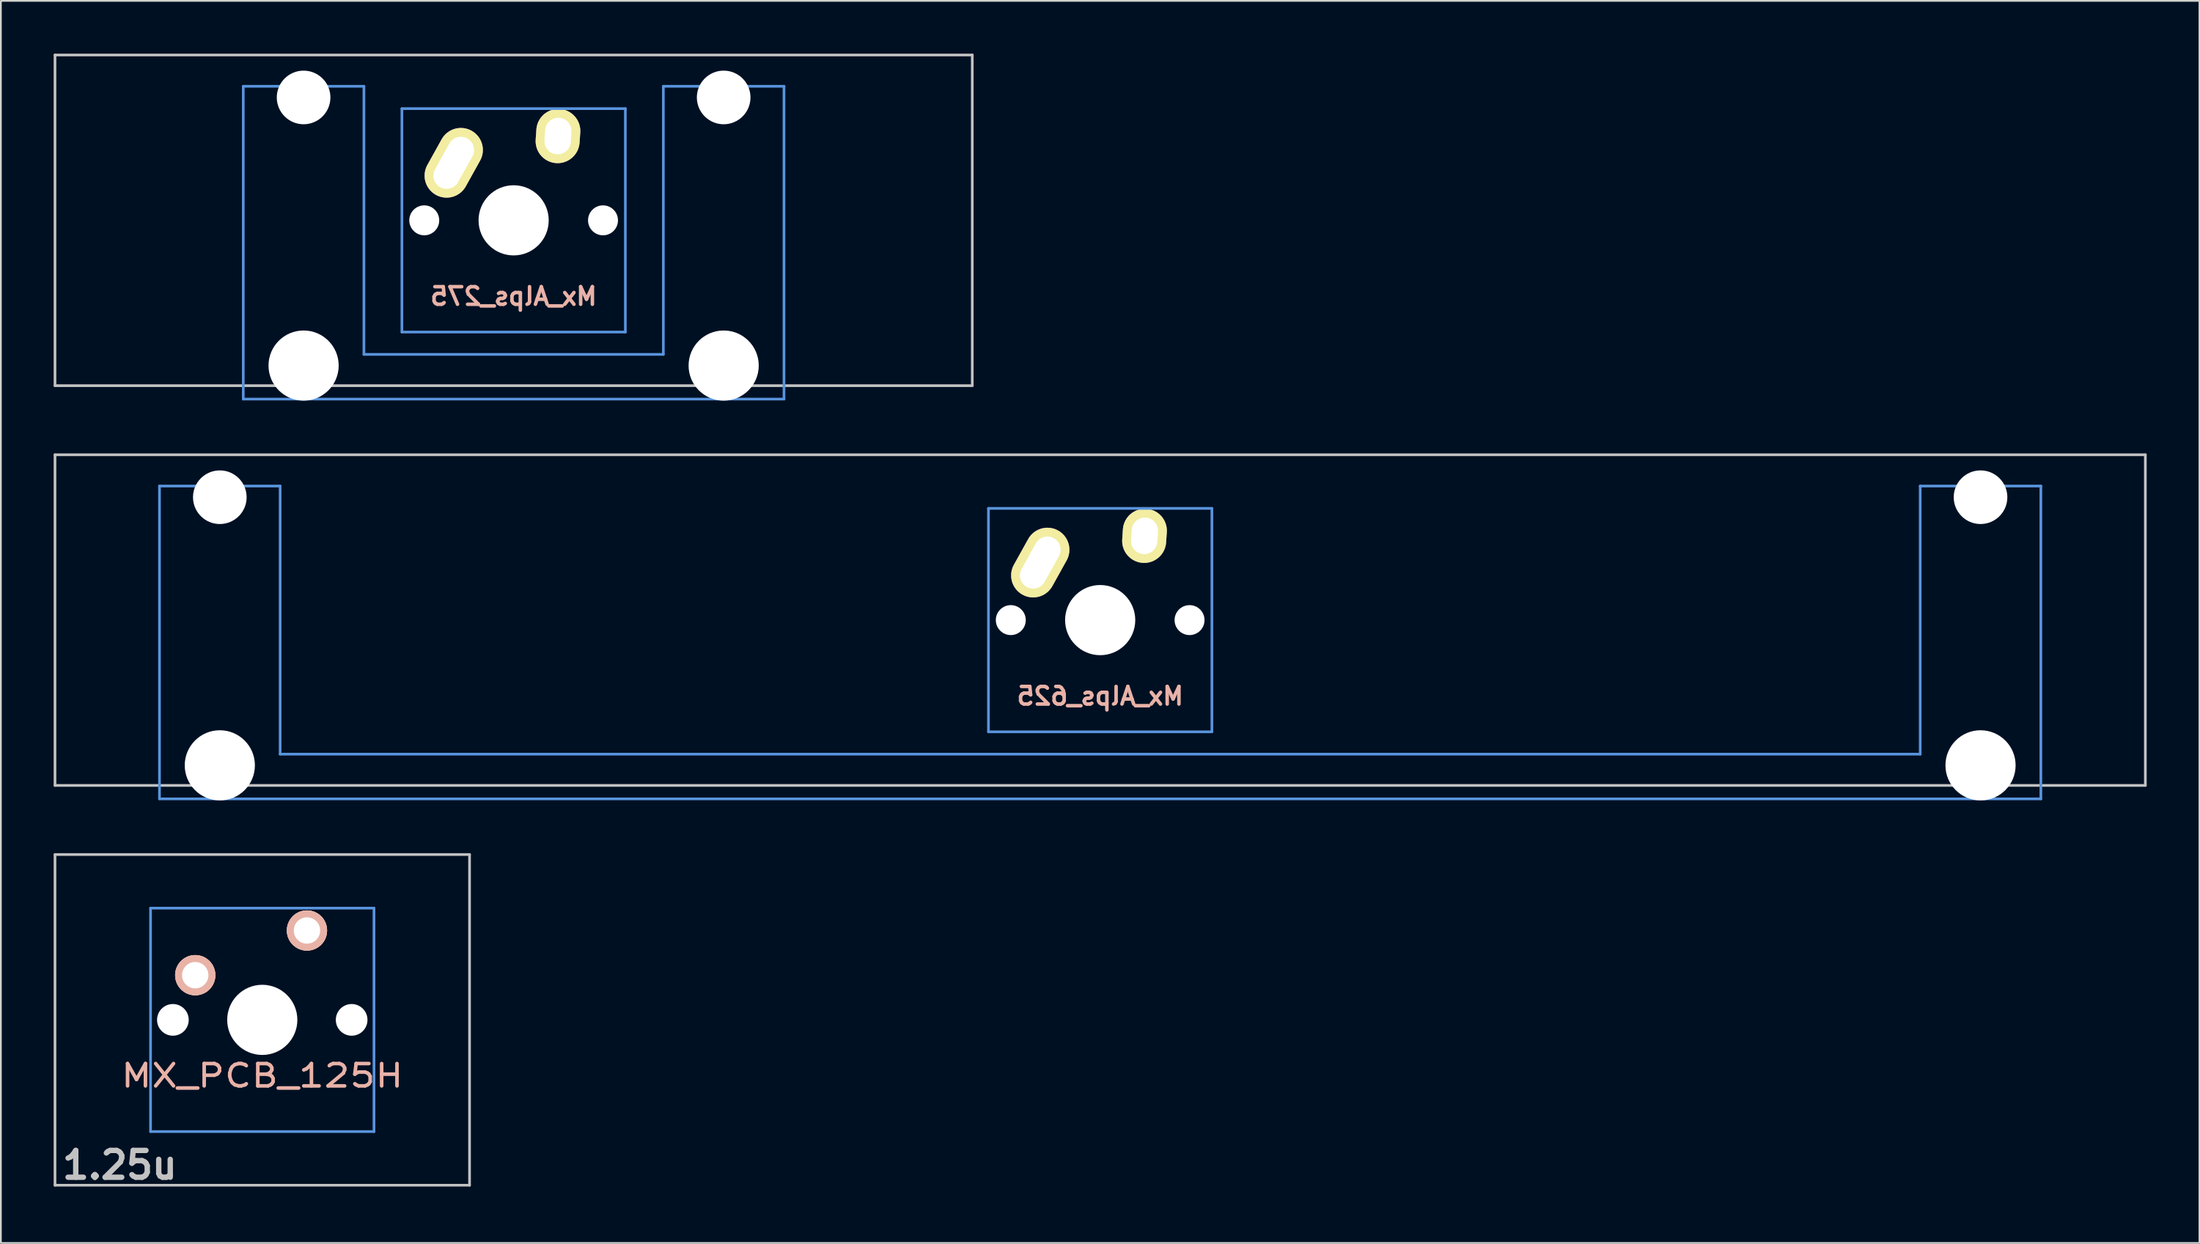
<source format=kicad_pcb>
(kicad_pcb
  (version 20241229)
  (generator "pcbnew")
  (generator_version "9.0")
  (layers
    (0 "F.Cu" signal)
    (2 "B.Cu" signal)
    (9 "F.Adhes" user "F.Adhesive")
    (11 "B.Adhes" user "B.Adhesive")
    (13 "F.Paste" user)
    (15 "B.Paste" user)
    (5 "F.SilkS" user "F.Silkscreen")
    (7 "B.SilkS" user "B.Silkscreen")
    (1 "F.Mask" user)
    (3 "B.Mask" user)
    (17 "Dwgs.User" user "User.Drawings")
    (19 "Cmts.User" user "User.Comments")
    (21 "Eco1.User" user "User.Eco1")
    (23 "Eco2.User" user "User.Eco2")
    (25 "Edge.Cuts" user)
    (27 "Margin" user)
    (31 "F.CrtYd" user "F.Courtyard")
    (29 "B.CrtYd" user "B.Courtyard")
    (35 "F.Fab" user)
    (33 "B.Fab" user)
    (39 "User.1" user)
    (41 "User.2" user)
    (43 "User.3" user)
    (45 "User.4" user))
  (footprint "Mx_Alps_625"
    (layer "F.Cu")
    (at 59.482 32.197)
    (property "Reference" "Mx_Alps_625" (at 0 4.318 0) (layer "B.SilkS") (effects (font (size 1 1) (thickness 0.2)) (justify mirror)))
    (attr through_hole)
    (fp_line (start -59.406 -9.398) (end 59.406 -9.398) (stroke (width 0.152) (type solid)) (layer "Dwgs.User"))
    (fp_line (start -59.406 9.398) (end -59.406 -9.398) (stroke (width 0.152) (type solid)) (layer "Dwgs.User"))
    (fp_line (start 59.406 -9.398) (end 59.406 9.398) (stroke (width 0.152) (type solid)) (layer "Dwgs.User"))
    (fp_line (start 59.406 9.398) (end -59.406 9.398) (stroke (width 0.152) (type solid)) (layer "Dwgs.User"))
    (fp_line (start -53.467 -7.62) (end -53.467 10.16) (stroke (width 0.152) (type solid)) (layer "Cmts.User"))
    (fp_line (start -53.467 10.16) (end 53.467 10.16) (stroke (width 0.152) (type solid)) (layer "Cmts.User"))
    (fp_line (start -46.609 -7.62) (end -53.467 -7.62) (stroke (width 0.152) (type solid)) (layer "Cmts.User"))
    (fp_line (start -46.609 7.62) (end -46.609 -7.62) (stroke (width 0.152) (type solid)) (layer "Cmts.User"))
    (fp_line (start -6.35 -6.35) (end 6.35 -6.35) (stroke (width 0.152) (type solid)) (layer "Cmts.User"))
    (fp_line (start -6.35 6.35) (end -6.35 -6.35) (stroke (width 0.152) (type solid)) (layer "Cmts.User"))
    (fp_line (start 6.35 -6.35) (end 6.35 6.35) (stroke (width 0.152) (type solid)) (layer "Cmts.User"))
    (fp_line (start 6.35 6.35) (end -6.35 6.35) (stroke (width 0.152) (type solid)) (layer "Cmts.User"))
    (fp_line (start 46.609 -7.62) (end 46.609 7.62) (stroke (width 0.152) (type solid)) (layer "Cmts.User"))
    (fp_line (start 46.609 7.62) (end -46.609 7.62) (stroke (width 0.152) (type solid)) (layer "Cmts.User"))
    (fp_line (start 53.467 -7.62) (end 46.609 -7.62) (stroke (width 0.152) (type solid)) (layer "Cmts.User"))
    (fp_line (start 53.467 10.16) (end 53.467 -7.62) (stroke (width 0.152) (type solid)) (layer "Cmts.User"))
    (fp_line (start -54.229 -2.286) (end -53.365 -2.286) (stroke (width 0.152) (type solid)) (layer "Eco2.User"))
    (fp_line (start -54.229 0.508) (end -54.229 -2.286) (stroke (width 0.152) (type solid)) (layer "Eco2.User"))
    (fp_line (start -53.365 -5.69) (end -46.711 -5.69) (stroke (width 0.152) (type solid)) (layer "Eco2.User"))
    (fp_line (start -53.365 -2.286) (end -53.365 -5.69) (stroke (width 0.152) (type solid)) (layer "Eco2.User"))
    (fp_line (start -53.365 0.508) (end -54.229 0.508) (stroke (width 0.152) (type solid)) (layer "Eco2.User"))
    (fp_line (start -53.365 6.604) (end -53.365 0.508) (stroke (width 0.152) (type solid)) (layer "Eco2.User"))
    (fp_line (start -52.324 6.604) (end -53.365 6.604) (stroke (width 0.152) (type solid)) (layer "Eco2.User"))
    (fp_line (start -52.324 7.772) (end -52.324 6.604) (stroke (width 0.152) (type solid)) (layer "Eco2.User"))
    (fp_line (start -47.752 6.604) (end -47.752 7.772) (stroke (width 0.152) (type solid)) (layer "Eco2.User"))
    (fp_line (start -47.752 7.772) (end -52.324 7.772) (stroke (width 0.152) (type solid)) (layer "Eco2.User"))
    (fp_line (start -46.711 -5.69) (end -46.711 -2.286) (stroke (width 0.152) (type solid)) (layer "Eco2.User"))
    (fp_line (start -46.711 -2.286) (end -6.985 -2.286) (stroke (width 0.152) (type solid)) (layer "Eco2.User"))
    (fp_line (start -46.711 2.286) (end -46.711 6.604) (stroke (width 0.152) (type solid)) (layer "Eco2.User"))
    (fp_line (start -46.711 6.604) (end -47.752 6.604) (stroke (width 0.152) (type solid)) (layer "Eco2.User"))
    (fp_line (start -6.985 -6.985) (end 6.985 -6.985) (stroke (width 0.152) (type solid)) (layer "Eco2.User"))
    (fp_line (start -6.985 -2.286) (end -6.985 -6.985) (stroke (width 0.152) (type solid)) (layer "Eco2.User"))
    (fp_line (start -6.985 2.286) (end -46.711 2.286) (stroke (width 0.152) (type solid)) (layer "Eco2.User"))
    (fp_line (start -6.985 6.985) (end -6.985 2.286) (stroke (width 0.152) (type solid)) (layer "Eco2.User"))
    (fp_line (start 6.985 -6.985) (end 6.985 -2.286) (stroke (width 0.152) (type solid)) (layer "Eco2.User"))
    (fp_line (start 6.985 -2.286) (end 46.711 -2.286) (stroke (width 0.152) (type solid)) (layer "Eco2.User"))
    (fp_line (start 6.985 2.286) (end 6.985 6.985) (stroke (width 0.152) (type solid)) (layer "Eco2.User"))
    (fp_line (start 6.985 6.985) (end -6.985 6.985) (stroke (width 0.152) (type solid)) (layer "Eco2.User"))
    (fp_line (start 46.711 -5.69) (end 53.365 -5.69) (stroke (width 0.152) (type solid)) (layer "Eco2.User"))
    (fp_line (start 46.711 -2.286) (end 46.711 -5.69) (stroke (width 0.152) (type solid)) (layer "Eco2.User"))
    (fp_line (start 46.711 2.286) (end 6.985 2.286) (stroke (width 0.152) (type solid)) (layer "Eco2.User"))
    (fp_line (start 46.711 6.604) (end 46.711 2.286) (stroke (width 0.152) (type solid)) (layer "Eco2.User"))
    (fp_line (start 47.752 6.604) (end 46.711 6.604) (stroke (width 0.152) (type solid)) (layer "Eco2.User"))
    (fp_line (start 47.752 7.772) (end 47.752 6.604) (stroke (width 0.152) (type solid)) (layer "Eco2.User"))
    (fp_line (start 52.324 6.604) (end 52.324 7.772) (stroke (width 0.152) (type solid)) (layer "Eco2.User"))
    (fp_line (start 52.324 7.772) (end 47.752 7.772) (stroke (width 0.152) (type solid)) (layer "Eco2.User"))
    (fp_line (start 53.365 -5.69) (end 53.365 -2.286) (stroke (width 0.152) (type solid)) (layer "Eco2.User"))
    (fp_line (start 53.365 -2.286) (end 54.229 -2.286) (stroke (width 0.152) (type solid)) (layer "Eco2.User"))
    (fp_line (start 53.365 0.508) (end 53.365 6.604) (stroke (width 0.152) (type solid)) (layer "Eco2.User"))
    (fp_line (start 53.365 6.604) (end 52.324 6.604) (stroke (width 0.152) (type solid)) (layer "Eco2.User"))
    (fp_line (start 54.229 -2.286) (end 54.229 0.508) (stroke (width 0.152) (type solid)) (layer "Eco2.User"))
    (fp_line (start 54.229 0.508) (end 53.365 0.508) (stroke (width 0.152) (type solid)) (layer "Eco2.User"))
    (pad "" np_thru_hole circle (at -50.038 -6.985) (size 3.048 3.048) (drill 3.048) (layers "*.Cu"))
    (pad "" np_thru_hole circle (at -50.038 8.255) (size 3.988 3.988) (drill 3.988) (layers "*.Cu"))
    (pad "" np_thru_hole circle (at -5.08 0) (size 1.702 1.702) (drill 1.702) (layers "*.Cu"))
    (pad "" np_thru_hole circle (at 0 0) (size 3.988 3.988) (drill 3.988) (layers "*.Cu"))
    (pad "" np_thru_hole circle (at 5.08 0) (size 1.702 1.702) (drill 1.702) (layers "*.Cu"))
    (pad "" np_thru_hole circle (at 50.038 -6.985) (size 3.048 3.048) (drill 3.048) (layers "*.Cu"))
    (pad "" np_thru_hole circle (at 50.038 8.255) (size 3.988 3.988) (drill 3.988) (layers "*.Cu"))
    (pad "1" thru_hole oval (at -3.405 -3.27 330.95) (size 2.5 4.17) (drill oval 1.5 3.17) (layers "*.Cu" "*.Mask" "F.SilkS"))
    (pad "2" thru_hole oval (at 2.52 -4.79 356.1) (size 2.5 3.08) (drill oval 1.5 2.08) (layers "*.Cu" "*.Mask" "F.SilkS")))
  (footprint "Mx_Alps_275"
    (layer "F.Cu")
    (at 26.144 9.474)
    (property "Reference" "Mx_Alps_275" (at 0 4.318 0) (layer "B.SilkS") (effects (font (size 1 1) (thickness 0.2)) (justify mirror)))
    (attr through_hole)
    (fp_line (start -26.068 -9.398) (end 26.068 -9.398) (stroke (width 0.152) (type solid)) (layer "Dwgs.User"))
    (fp_line (start -26.068 9.398) (end -26.068 -9.398) (stroke (width 0.152) (type solid)) (layer "Dwgs.User"))
    (fp_line (start 26.068 -9.398) (end 26.068 9.398) (stroke (width 0.152) (type solid)) (layer "Dwgs.User"))
    (fp_line (start 26.068 9.398) (end -26.068 9.398) (stroke (width 0.152) (type solid)) (layer "Dwgs.User"))
    (fp_line (start -15.367 -7.62) (end -15.367 10.16) (stroke (width 0.152) (type solid)) (layer "Cmts.User"))
    (fp_line (start -15.367 10.16) (end 15.367 10.16) (stroke (width 0.152) (type solid)) (layer "Cmts.User"))
    (fp_line (start -8.509 -7.62) (end -15.367 -7.62) (stroke (width 0.152) (type solid)) (layer "Cmts.User"))
    (fp_line (start -8.509 7.62) (end -8.509 -7.62) (stroke (width 0.152) (type solid)) (layer "Cmts.User"))
    (fp_line (start -6.35 -6.35) (end 6.35 -6.35) (stroke (width 0.152) (type solid)) (layer "Cmts.User"))
    (fp_line (start -6.35 6.35) (end -6.35 -6.35) (stroke (width 0.152) (type solid)) (layer "Cmts.User"))
    (fp_line (start 6.35 -6.35) (end 6.35 6.35) (stroke (width 0.152) (type solid)) (layer "Cmts.User"))
    (fp_line (start 6.35 6.35) (end -6.35 6.35) (stroke (width 0.152) (type solid)) (layer "Cmts.User"))
    (fp_line (start 8.509 -7.62) (end 8.509 7.62) (stroke (width 0.152) (type solid)) (layer "Cmts.User"))
    (fp_line (start 8.509 7.62) (end -8.509 7.62) (stroke (width 0.152) (type solid)) (layer "Cmts.User"))
    (fp_line (start 15.367 -7.62) (end 8.509 -7.62) (stroke (width 0.152) (type solid)) (layer "Cmts.User"))
    (fp_line (start 15.367 10.16) (end 15.367 -7.62) (stroke (width 0.152) (type solid)) (layer "Cmts.User"))
    (fp_line (start -16.129 -2.286) (end -15.265 -2.286) (stroke (width 0.152) (type solid)) (layer "Eco2.User"))
    (fp_line (start -16.129 0.508) (end -16.129 -2.286) (stroke (width 0.152) (type solid)) (layer "Eco2.User"))
    (fp_line (start -15.265 -5.69) (end -8.611 -5.69) (stroke (width 0.152) (type solid)) (layer "Eco2.User"))
    (fp_line (start -15.265 -2.286) (end -15.265 -5.69) (stroke (width 0.152) (type solid)) (layer "Eco2.User"))
    (fp_line (start -15.265 0.508) (end -16.129 0.508) (stroke (width 0.152) (type solid)) (layer "Eco2.User"))
    (fp_line (start -15.265 6.604) (end -15.265 0.508) (stroke (width 0.152) (type solid)) (layer "Eco2.User"))
    (fp_line (start -14.224 6.604) (end -15.265 6.604) (stroke (width 0.152) (type solid)) (layer "Eco2.User"))
    (fp_line (start -14.224 7.772) (end -14.224 6.604) (stroke (width 0.152) (type solid)) (layer "Eco2.User"))
    (fp_line (start -9.652 6.604) (end -9.652 7.772) (stroke (width 0.152) (type solid)) (layer "Eco2.User"))
    (fp_line (start -9.652 7.772) (end -14.224 7.772) (stroke (width 0.152) (type solid)) (layer "Eco2.User"))
    (fp_line (start -8.611 -5.69) (end -8.611 -4.877) (stroke (width 0.152) (type solid)) (layer "Eco2.User"))
    (fp_line (start -8.611 -4.877) (end -6.985 -4.877) (stroke (width 0.152) (type solid)) (layer "Eco2.User"))
    (fp_line (start -8.611 5.817) (end -8.611 6.604) (stroke (width 0.152) (type solid)) (layer "Eco2.User"))
    (fp_line (start -8.611 6.604) (end -9.652 6.604) (stroke (width 0.152) (type solid)) (layer "Eco2.User"))
    (fp_line (start -6.985 -6.985) (end 6.985 -6.985) (stroke (width 0.152) (type solid)) (layer "Eco2.User"))
    (fp_line (start -6.985 -4.877) (end -6.985 -6.985) (stroke (width 0.152) (type solid)) (layer "Eco2.User"))
    (fp_line (start -6.985 5.817) (end -8.611 5.817) (stroke (width 0.152) (type solid)) (layer "Eco2.User"))
    (fp_line (start -6.985 6.985) (end -6.985 5.817) (stroke (width 0.152) (type solid)) (layer "Eco2.User"))
    (fp_line (start 6.985 -6.985) (end 6.985 -4.877) (stroke (width 0.152) (type solid)) (layer "Eco2.User"))
    (fp_line (start 6.985 -4.877) (end 8.611 -4.877) (stroke (width 0.152) (type solid)) (layer "Eco2.User"))
    (fp_line (start 6.985 5.817) (end 6.985 6.985) (stroke (width 0.152) (type solid)) (layer "Eco2.User"))
    (fp_line (start 6.985 6.985) (end -6.985 6.985) (stroke (width 0.152) (type solid)) (layer "Eco2.User"))
    (fp_line (start 8.611 -5.69) (end 15.265 -5.69) (stroke (width 0.152) (type solid)) (layer "Eco2.User"))
    (fp_line (start 8.611 -4.877) (end 8.611 -5.69) (stroke (width 0.152) (type solid)) (layer "Eco2.User"))
    (fp_line (start 8.611 5.817) (end 6.985 5.817) (stroke (width 0.152) (type solid)) (layer "Eco2.User"))
    (fp_line (start 8.611 6.604) (end 8.611 5.817) (stroke (width 0.152) (type solid)) (layer "Eco2.User"))
    (fp_line (start 9.652 6.604) (end 8.611 6.604) (stroke (width 0.152) (type solid)) (layer "Eco2.User"))
    (fp_line (start 9.652 7.772) (end 9.652 6.604) (stroke (width 0.152) (type solid)) (layer "Eco2.User"))
    (fp_line (start 14.224 6.604) (end 14.224 7.772) (stroke (width 0.152) (type solid)) (layer "Eco2.User"))
    (fp_line (start 14.224 7.772) (end 9.652 7.772) (stroke (width 0.152) (type solid)) (layer "Eco2.User"))
    (fp_line (start 15.265 -5.69) (end 15.265 -2.286) (stroke (width 0.152) (type solid)) (layer "Eco2.User"))
    (fp_line (start 15.265 -2.286) (end 16.129 -2.286) (stroke (width 0.152) (type solid)) (layer "Eco2.User"))
    (fp_line (start 15.265 0.508) (end 15.265 6.604) (stroke (width 0.152) (type solid)) (layer "Eco2.User"))
    (fp_line (start 15.265 6.604) (end 14.224 6.604) (stroke (width 0.152) (type solid)) (layer "Eco2.User"))
    (fp_line (start 16.129 -2.286) (end 16.129 0.508) (stroke (width 0.152) (type solid)) (layer "Eco2.User"))
    (fp_line (start 16.129 0.508) (end 15.265 0.508) (stroke (width 0.152) (type solid)) (layer "Eco2.User"))
    (pad "" np_thru_hole circle (at -11.938 -6.985) (size 3.048 3.048) (drill 3.048) (layers "*.Cu"))
    (pad "" np_thru_hole circle (at -11.938 8.255) (size 3.988 3.988) (drill 3.988) (layers "*.Cu"))
    (pad "" np_thru_hole circle (at -5.08 0) (size 1.702 1.702) (drill 1.702) (layers "*.Cu"))
    (pad "" np_thru_hole circle (at 0 0) (size 3.988 3.988) (drill 3.988) (layers "*.Cu"))
    (pad "" np_thru_hole circle (at 5.08 0) (size 1.702 1.702) (drill 1.702) (layers "*.Cu"))
    (pad "" np_thru_hole circle (at 11.938 -6.985) (size 3.048 3.048) (drill 3.048) (layers "*.Cu"))
    (pad "" np_thru_hole circle (at 11.938 8.255) (size 3.988 3.988) (drill 3.988) (layers "*.Cu"))
    (pad "1" thru_hole oval (at -3.405 -3.27 330.95) (size 2.5 4.17) (drill oval 1.5 3.17) (layers "*.Cu" "*.Mask" "F.SilkS"))
    (pad "2" thru_hole oval (at 2.52 -4.79 356.1) (size 2.5 3.08) (drill oval 1.5 2.08) (layers "*.Cu" "*.Mask" "F.SilkS")))
  (footprint "MX_PCB_125H"
    (layer "F.Cu")
    (at 11.857 54.92)
    (property "Reference" "MX_PCB_125H" (at 0 3.175 0) (layer "B.SilkS") (effects (font (size 1.27 1.524) (thickness 0.203))))
    (attr through_hole)
    (fp_line (start -11.781 -9.398) (end 11.781 -9.398) (stroke (width 0.152) (type solid)) (layer "Dwgs.User"))
    (fp_line (start -11.781 9.398) (end -11.781 -9.398) (stroke (width 0.152) (type solid)) (layer "Dwgs.User"))
    (fp_line (start 11.781 -9.398) (end 11.781 9.398) (stroke (width 0.152) (type solid)) (layer "Dwgs.User"))
    (fp_line (start 11.781 9.398) (end -11.781 9.398) (stroke (width 0.152) (type solid)) (layer "Dwgs.User"))
    (fp_line (start -6.35 -6.35) (end 6.35 -6.35) (stroke (width 0.152) (type solid)) (layer "Cmts.User"))
    (fp_line (start -6.35 6.35) (end -6.35 -6.35) (stroke (width 0.152) (type solid)) (layer "Cmts.User"))
    (fp_line (start 6.35 -6.35) (end 6.35 6.35) (stroke (width 0.152) (type solid)) (layer "Cmts.User"))
    (fp_line (start 6.35 6.35) (end -6.35 6.35) (stroke (width 0.152) (type solid)) (layer "Cmts.User"))
    (fp_line (start -6.985 -6.985) (end 6.985 -6.985) (stroke (width 0.152) (type solid)) (layer "Eco2.User"))
    (fp_line (start -6.985 6.985) (end -6.985 -6.985) (stroke (width 0.152) (type solid)) (layer "Eco2.User"))
    (fp_line (start 6.985 -6.985) (end 6.985 6.985) (stroke (width 0.152) (type solid)) (layer "Eco2.User"))
    (fp_line (start 6.985 6.985) (end -6.985 6.985) (stroke (width 0.152) (type solid)) (layer "Eco2.User"))
    (fp_text user "1.25u" (at -8.098 8.255 0) (layer "Dwgs.User") (effects (font (size 1.524 1.524) (thickness 0.305))))
    (pad "" np_thru_hole circle (at -5.08 0) (size 1.8 1.8) (drill 1.8) (layers "*.Cu"))
    (pad "" np_thru_hole circle (at 0 0) (size 3.988 3.988) (drill 3.988) (layers "*.Cu"))
    (pad "" np_thru_hole circle (at 5.08 0) (size 1.8 1.8) (drill 1.8) (layers "*.Cu"))
    (pad "1" thru_hole circle (at 2.54 -5.08) (size 2.286 2.286) (drill 1.499) (layers "*.Cu" "*.SilkS" "*.Mask"))
    (pad "2" thru_hole circle (at -3.81 -2.54) (size 2.286 2.286) (drill 1.499) (layers "*.Cu" "*.SilkS" "*.Mask")))
  (gr_rect
    (start -3 -3)
    (end 121.963 67.602)
    (stroke (width 0.1) (type default))
    (fill no)
    (layer "Edge.Cuts")))
</source>
